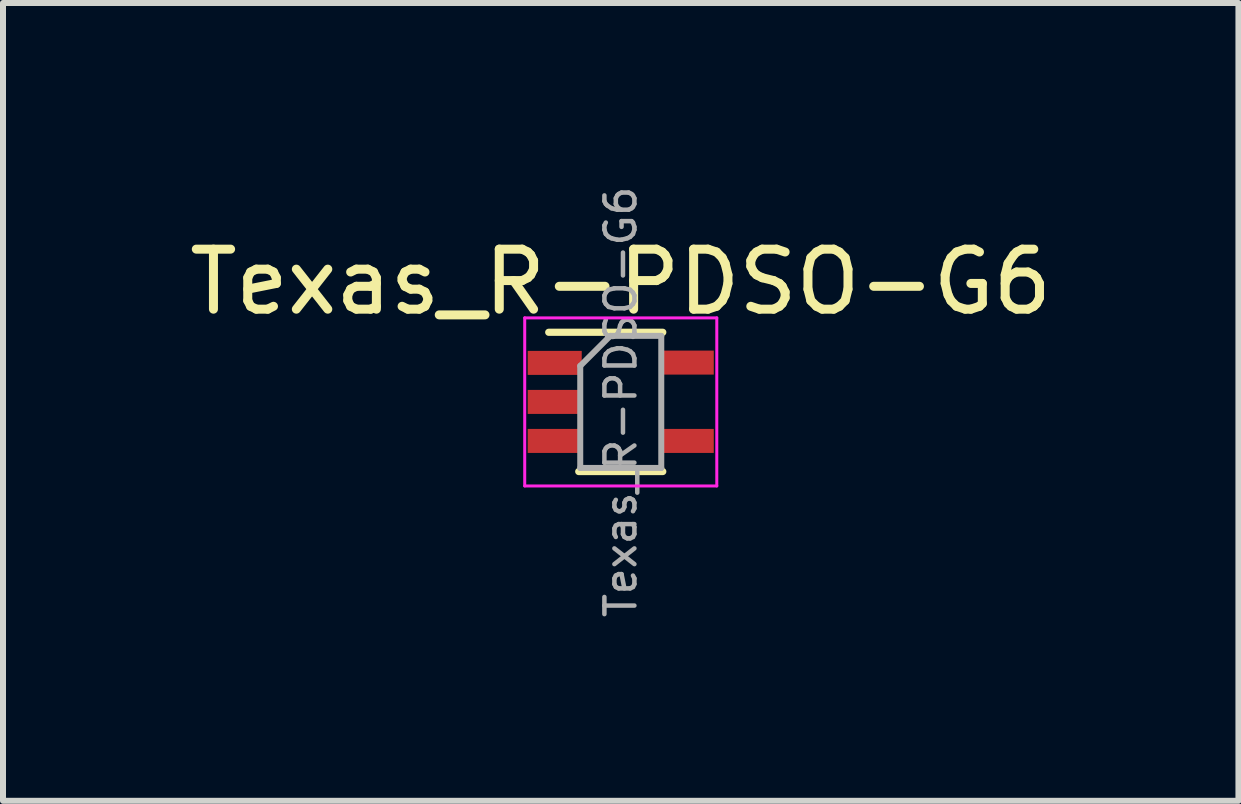
<source format=kicad_pcb>
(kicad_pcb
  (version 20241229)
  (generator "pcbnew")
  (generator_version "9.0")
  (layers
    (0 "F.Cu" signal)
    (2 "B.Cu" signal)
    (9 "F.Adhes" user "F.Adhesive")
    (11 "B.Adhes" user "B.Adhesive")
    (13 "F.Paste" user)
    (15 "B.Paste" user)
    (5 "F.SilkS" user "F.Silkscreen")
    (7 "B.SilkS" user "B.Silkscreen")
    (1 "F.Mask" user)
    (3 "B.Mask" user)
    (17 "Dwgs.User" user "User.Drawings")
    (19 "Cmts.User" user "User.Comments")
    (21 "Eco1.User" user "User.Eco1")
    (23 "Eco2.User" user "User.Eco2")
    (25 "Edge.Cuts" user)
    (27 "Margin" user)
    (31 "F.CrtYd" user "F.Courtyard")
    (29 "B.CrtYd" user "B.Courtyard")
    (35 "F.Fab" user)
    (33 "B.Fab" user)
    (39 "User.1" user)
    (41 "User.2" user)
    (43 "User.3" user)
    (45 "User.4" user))
  (footprint "Texas_R-PDSO-G6"
    (layer "F.Cu")
    (at 7.292 3.646)
    (property "Reference" "Texas_R-PDSO-G6" (at 0 -2 0) (layer "F.SilkS") (effects (font (size 1 1) (thickness 0.15))))
    (attr smd)
    (fp_line (start -0.7 1.16) (end 0.7 1.16) (stroke (width 0.12) (type solid)) (layer "F.SilkS"))
    (fp_line (start 0.7 -1.16) (end -1.2 -1.16) (stroke (width 0.12) (type solid)) (layer "F.SilkS"))
    (fp_line (start -1.6 -1.4) (end -1.6 1.4) (stroke (width 0.05) (type solid)) (layer "F.CrtYd"))
    (fp_line (start -1.6 -1.4) (end 1.6 -1.4) (stroke (width 0.05) (type solid)) (layer "F.CrtYd"))
    (fp_line (start -1.6 1.4) (end 1.6 1.4) (stroke (width 0.05) (type solid)) (layer "F.CrtYd"))
    (fp_line (start 1.6 1.4) (end 1.6 -1.4) (stroke (width 0.05) (type solid)) (layer "F.CrtYd"))
    (fp_line (start -0.675 -0.6) (end -0.675 1.1) (stroke (width 0.1) (type solid)) (layer "F.Fab"))
    (fp_line (start -0.175 -1.1) (end -0.675 -0.6) (stroke (width 0.1) (type solid)) (layer "F.Fab"))
    (fp_line (start 0.675 -1.1) (end -0.175 -1.1) (stroke (width 0.1) (type solid)) (layer "F.Fab"))
    (fp_line (start 0.675 -1.1) (end 0.675 1.1) (stroke (width 0.1) (type solid)) (layer "F.Fab"))
    (fp_line (start 0.675 1.1) (end -0.675 1.1) (stroke (width 0.1) (type solid)) (layer "F.Fab"))
    (fp_text user "${REFERENCE}" (at 0 0 90) (layer "F.Fab") (effects (font (size 0.5 0.5) (thickness 0.075))))
    (pad "1" smd rect (at -1.1 -0.65) (size 0.9 0.4) (layers "F.Cu" "F.Mask" "F.Paste"))
    (pad "2" smd rect (at -1.1 0) (size 0.9 0.4) (layers "F.Cu" "F.Mask" "F.Paste"))
    (pad "3" smd rect (at -1.1 0.65) (size 0.9 0.4) (layers "F.Cu" "F.Mask" "F.Paste"))
    (pad "4" smd rect (at 1.1 0.65) (size 0.9 0.4) (layers "F.Cu" "F.Mask" "F.Paste"))
    (pad "5" smd rect (at 1.1 -0.655) (size 0.9 0.4) (layers "F.Cu" "F.Mask" "F.Paste")))
  (gr_rect
    (start -3 -3)
    (end 17.583 10.292)
    (stroke (width 0.1) (type default))
    (fill no)
    (layer "Edge.Cuts")))
</source>
